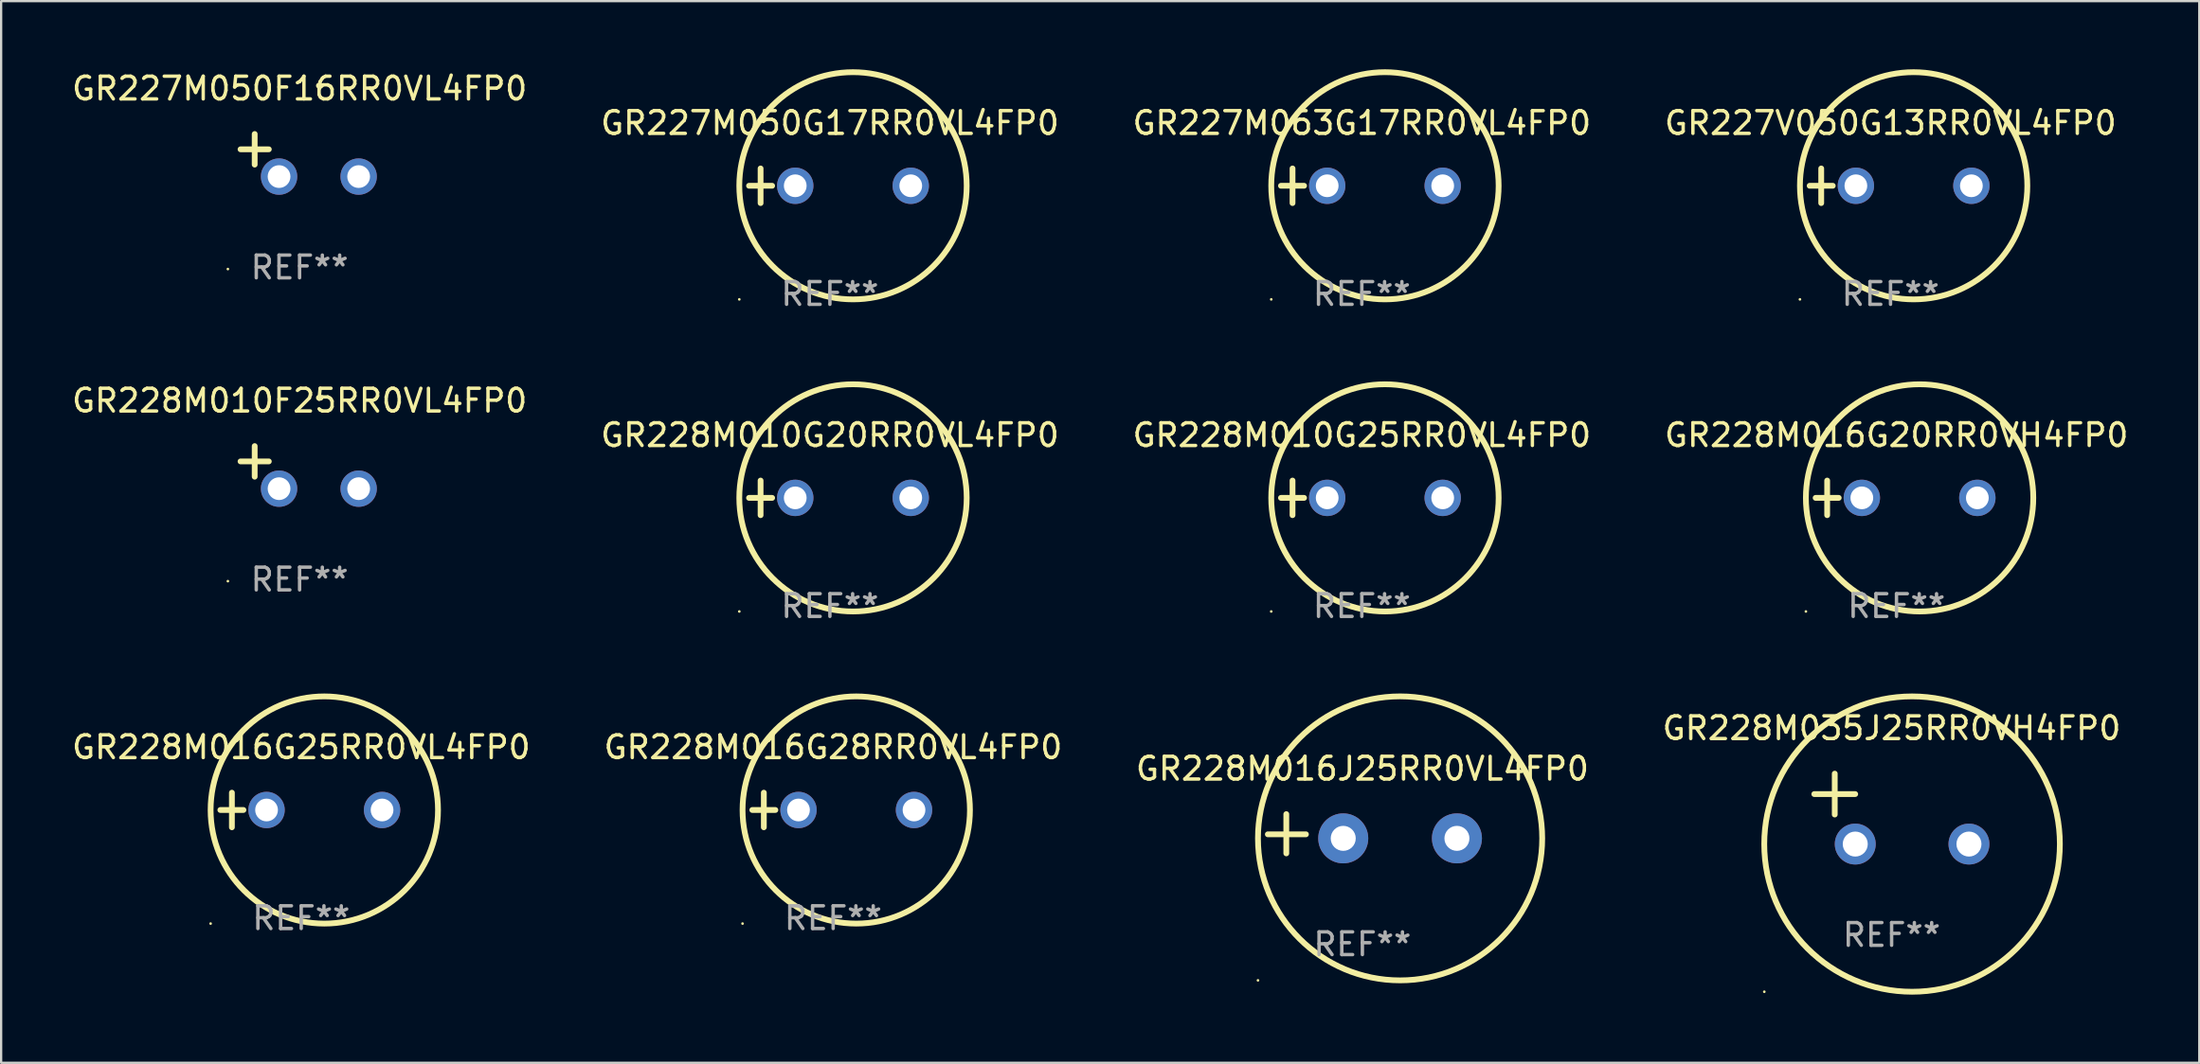
<source format=kicad_pcb>
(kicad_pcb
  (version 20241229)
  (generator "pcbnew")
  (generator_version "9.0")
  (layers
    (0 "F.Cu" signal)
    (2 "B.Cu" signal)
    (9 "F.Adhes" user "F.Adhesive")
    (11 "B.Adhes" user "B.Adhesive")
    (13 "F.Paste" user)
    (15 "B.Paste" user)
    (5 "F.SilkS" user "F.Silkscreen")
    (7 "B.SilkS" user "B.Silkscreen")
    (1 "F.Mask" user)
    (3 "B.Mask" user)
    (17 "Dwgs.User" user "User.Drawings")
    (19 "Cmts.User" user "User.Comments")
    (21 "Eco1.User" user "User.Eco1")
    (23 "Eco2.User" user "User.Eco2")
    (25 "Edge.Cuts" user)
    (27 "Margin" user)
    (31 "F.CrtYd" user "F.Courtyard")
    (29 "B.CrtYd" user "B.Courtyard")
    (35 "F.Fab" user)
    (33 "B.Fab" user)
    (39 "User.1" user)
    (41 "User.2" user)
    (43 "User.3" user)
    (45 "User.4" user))
  (footprint "GR227M050F16RR0VL4FP0"
    (layer "F.Cu")
    (at 10.125 3.785)
    (property "Reference" "GR227M050F16RR0VL4FP0" (at 0 -2.937 0) (layer "F.SilkS") (effects (font (size 1 1) (thickness 0.15))))
    (attr through_hole)
    (fp_line (start -1.975 0.41) (end -1.975 -0.937) (stroke (width 0.254) (type solid)) (layer "F.SilkS"))
    (fp_line (start -1.353 -0.263) (end -2.597 -0.263) (stroke (width 0.254) (type solid)) (layer "F.SilkS"))
    (fp_arc (start 0.849809 -3.063957) (mid 0.885369 -3.064114) (end 0.920929 -3.063957) (stroke (width 0.254001) (type solid)) (layer "F.SilkS"))
    (fp_circle (center -3.154 5.008) (end -3.124 5.008) (stroke (width 0.06) (type solid)) (fill no) (layer "F.SilkS"))
    (fp_text user "REF**" (at 0 4.937 0) (layer "F.Fab") (effects (font (size 1 1) (thickness 0.15))))
    (pad "1" thru_hole circle (at -0.903 0.937) (size 1.6 1.6) (drill 1) (layers "*.Cu" "*.Mask"))
    (pad "2" thru_hole circle (at 2.597 0.937) (size 1.6 1.6) (drill 1) (layers "*.Cu" "*.Mask")))
  (footprint "GR228M010F25RR0VL4FP0"
    (layer "F.Cu")
    (at 10.125 17.522)
    (property "Reference" "GR228M010F25RR0VL4FP0" (at 0 -2.937 0) (layer "F.SilkS") (effects (font (size 1 1) (thickness 0.15))))
    (attr through_hole)
    (fp_line (start -1.975 0.41) (end -1.975 -0.937) (stroke (width 0.254) (type solid)) (layer "F.SilkS"))
    (fp_line (start -1.353 -0.263) (end -2.597 -0.263) (stroke (width 0.254) (type solid)) (layer "F.SilkS"))
    (fp_arc (start 0.849809 -3.063957) (mid 0.885369 -3.064114) (end 0.920929 -3.063957) (stroke (width 0.254001) (type solid)) (layer "F.SilkS"))
    (fp_circle (center -3.154 5.008) (end -3.124 5.008) (stroke (width 0.06) (type solid)) (fill no) (layer "F.SilkS"))
    (fp_text user "REF**" (at 0 4.937 0) (layer "F.Fab") (effects (font (size 1 1) (thickness 0.15))))
    (pad "1" thru_hole circle (at -0.903 0.937) (size 1.6 1.6) (drill 1) (layers "*.Cu" "*.Mask"))
    (pad "2" thru_hole circle (at 2.597 0.937) (size 1.6 1.6) (drill 1) (layers "*.Cu" "*.Mask")))
  (footprint "GR228M016G20RR0VH4FP0"
    (layer "F.Cu")
    (at 80.351 18.864)
    (property "Reference" "GR228M016G20RR0VH4FP0" (at 0 -2.762 0) (layer "F.SilkS") (effects (font (size 1 1) (thickness 0.15))))
    (attr through_hole)
    (fp_line (start -3.556 0) (end -2.54 0) (stroke (width 0.254) (type solid)) (layer "F.SilkS"))
    (fp_line (start -3.048 -0.762) (end -3.048 0.762) (stroke (width 0.254) (type solid)) (layer "F.SilkS"))
    (fp_circle (center -3.984 5) (end -3.954 5) (stroke (width 0.06) (type solid)) (fill no) (layer "F.SilkS"))
    (fp_circle (center 1.016 0) (end 6.016 0) (stroke (width 0.254) (type solid)) (fill no) (layer "F.SilkS"))
    (fp_text user "REF**" (at 0 4.762 0) (layer "F.Fab") (effects (font (size 1 1) (thickness 0.15))))
    (pad "1" thru_hole circle (at -1.524 0) (size 1.6 1.6) (drill 1) (layers "*.Cu" "*.Mask"))
    (pad "2" thru_hole circle (at 3.556 0) (size 1.6 1.6) (drill 1) (layers "*.Cu" "*.Mask")))
  (footprint "GR228M010G20RR0VL4FP0"
    (layer "F.Cu")
    (at 33.446 18.864)
    (property "Reference" "GR228M010G20RR0VL4FP0" (at 0 -2.762 0) (layer "F.SilkS") (effects (font (size 1 1) (thickness 0.15))))
    (attr through_hole)
    (fp_line (start -3.556 0) (end -2.54 0) (stroke (width 0.254) (type solid)) (layer "F.SilkS"))
    (fp_line (start -3.048 -0.762) (end -3.048 0.762) (stroke (width 0.254) (type solid)) (layer "F.SilkS"))
    (fp_circle (center -3.984 5) (end -3.954 5) (stroke (width 0.06) (type solid)) (fill no) (layer "F.SilkS"))
    (fp_circle (center 1.016 0) (end 6.016 0) (stroke (width 0.254) (type solid)) (fill no) (layer "F.SilkS"))
    (fp_text user "REF**" (at 0 4.762 0) (layer "F.Fab") (effects (font (size 1 1) (thickness 0.15))))
    (pad "1" thru_hole circle (at -1.524 0) (size 1.6 1.6) (drill 1) (layers "*.Cu" "*.Mask"))
    (pad "2" thru_hole circle (at 3.556 0) (size 1.6 1.6) (drill 1) (layers "*.Cu" "*.Mask")))
  (footprint "GR228M016G25RR0VL4FP0"
    (layer "F.Cu")
    (at 10.196 32.602)
    (property "Reference" "GR228M016G25RR0VL4FP0" (at 0 -2.762 0) (layer "F.SilkS") (effects (font (size 1 1) (thickness 0.15))))
    (attr through_hole)
    (fp_line (start -3.556 0) (end -2.54 0) (stroke (width 0.254) (type solid)) (layer "F.SilkS"))
    (fp_line (start -3.048 -0.762) (end -3.048 0.762) (stroke (width 0.254) (type solid)) (layer "F.SilkS"))
    (fp_circle (center -3.984 5) (end -3.954 5) (stroke (width 0.06) (type solid)) (fill no) (layer "F.SilkS"))
    (fp_circle (center 1.016 0) (end 6.016 0) (stroke (width 0.254) (type solid)) (fill no) (layer "F.SilkS"))
    (fp_text user "REF**" (at 0 4.762 0) (layer "F.Fab") (effects (font (size 1 1) (thickness 0.15))))
    (pad "1" thru_hole circle (at -1.524 0) (size 1.6 1.6) (drill 1) (layers "*.Cu" "*.Mask"))
    (pad "2" thru_hole circle (at 3.556 0) (size 1.6 1.6) (drill 1) (layers "*.Cu" "*.Mask")))
  (footprint "GR227M063G17RR0VL4FP0"
    (layer "F.Cu")
    (at 56.839 5.127)
    (property "Reference" "GR227M063G17RR0VL4FP0" (at 0 -2.762 0) (layer "F.SilkS") (effects (font (size 1 1) (thickness 0.15))))
    (attr through_hole)
    (fp_line (start -3.556 0) (end -2.54 0) (stroke (width 0.254) (type solid)) (layer "F.SilkS"))
    (fp_line (start -3.048 -0.762) (end -3.048 0.762) (stroke (width 0.254) (type solid)) (layer "F.SilkS"))
    (fp_circle (center -3.984 5) (end -3.954 5) (stroke (width 0.06) (type solid)) (fill no) (layer "F.SilkS"))
    (fp_circle (center 1.016 0) (end 6.016 0) (stroke (width 0.254) (type solid)) (fill no) (layer "F.SilkS"))
    (fp_text user "REF**" (at 0 4.762 0) (layer "F.Fab") (effects (font (size 1 1) (thickness 0.15))))
    (pad "1" thru_hole circle (at -1.524 0) (size 1.6 1.6) (drill 1) (layers "*.Cu" "*.Mask"))
    (pad "2" thru_hole circle (at 3.556 0) (size 1.6 1.6) (drill 1) (layers "*.Cu" "*.Mask")))
  (footprint "GR228M016J25RR0VL4FP0"
    (layer "F.Cu")
    (at 56.863 33.648)
    (property "Reference" "GR228M016J25RR0VL4FP0" (at 0 -2.864 0) (layer "F.SilkS") (effects (font (size 1 1) (thickness 0.15))))
    (attr through_hole)
    (fp_line (start -3.346 0.864) (end -3.346 -0.864) (stroke (width 0.254) (type solid)) (layer "F.SilkS"))
    (fp_line (start -2.482 0.025) (end -4.158 0.025) (stroke (width 0.254) (type solid)) (layer "F.SilkS"))
    (fp_circle (center -4.592 6.453) (end -4.562 6.453) (stroke (width 0.06) (type solid)) (fill no) (layer "F.SilkS"))
    (fp_circle (center 1.658 0.203) (end 7.908 0.203) (stroke (width 0.254) (type solid)) (fill no) (layer "F.SilkS"))
    (fp_text user "REF**" (at 0 4.864 0) (layer "F.Fab") (effects (font (size 1 1) (thickness 0.15))))
    (pad "1" thru_hole circle (at -0.842 0.203) (size 2.2 2.2) (drill 1.1) (layers "*.Cu" "*.Mask"))
    (pad "2" thru_hole circle (at 4.158 0.203) (size 2.2 2.2) (drill 1.1) (layers "*.Cu" "*.Mask")))
  (footprint "GR228M035J25RR0VH4FP0"
    (layer "F.Cu")
    (at 80.137 32.552)
    (property "Reference" "GR228M035J25RR0VH4FP0" (at 0 -3.55 0) (layer "F.SilkS") (effects (font (size 1 1) (thickness 0.15))))
    (attr through_hole)
    (fp_line (start -3.401 -0.65) (end -1.601 -0.65) (stroke (width 0.254) (type solid)) (layer "F.SilkS"))
    (fp_line (start -2.501 -1.55) (end -2.501 0.25) (stroke (width 0.254) (type solid)) (layer "F.SilkS"))
    (fp_circle (center -5.599 8.05) (end -5.569 8.05) (stroke (width 0.06) (type solid)) (fill no) (layer "F.SilkS"))
    (fp_circle (center 0.899 1.55) (end 7.399 1.55) (stroke (width 0.254) (type solid)) (fill no) (layer "F.SilkS"))
    (fp_text user "REF**" (at 0 5.55 0) (layer "F.Fab") (effects (font (size 1 1) (thickness 0.15))))
    (pad "1" thru_hole circle (at -1.599 1.55) (size 1.8 1.8) (drill 1.1) (layers "*.Cu" "*.Mask"))
    (pad "2" thru_hole circle (at 3.401 1.55) (size 1.8 1.8) (drill 1.1) (layers "*.Cu" "*.Mask")))
  (footprint "GR228M016G28RR0VL4FP0"
    (layer "F.Cu")
    (at 33.589 32.602)
    (property "Reference" "GR228M016G28RR0VL4FP0" (at 0 -2.762 0) (layer "F.SilkS") (effects (font (size 1 1) (thickness 0.15))))
    (attr through_hole)
    (fp_line (start -3.556 0) (end -2.54 0) (stroke (width 0.254) (type solid)) (layer "F.SilkS"))
    (fp_line (start -3.048 -0.762) (end -3.048 0.762) (stroke (width 0.254) (type solid)) (layer "F.SilkS"))
    (fp_circle (center -3.984 5) (end -3.954 5) (stroke (width 0.06) (type solid)) (fill no) (layer "F.SilkS"))
    (fp_circle (center 1.016 0) (end 6.016 0) (stroke (width 0.254) (type solid)) (fill no) (layer "F.SilkS"))
    (fp_text user "REF**" (at 0 4.762 0) (layer "F.Fab") (effects (font (size 1 1) (thickness 0.15))))
    (pad "1" thru_hole circle (at -1.524 0) (size 1.6 1.6) (drill 1) (layers "*.Cu" "*.Mask"))
    (pad "2" thru_hole circle (at 3.556 0) (size 1.6 1.6) (drill 1) (layers "*.Cu" "*.Mask")))
  (footprint "GR227V050G13RR0VL4FP0"
    (layer "F.Cu")
    (at 80.089 5.127)
    (property "Reference" "GR227V050G13RR0VL4FP0" (at 0 -2.762 0) (layer "F.SilkS") (effects (font (size 1 1) (thickness 0.15))))
    (attr through_hole)
    (fp_line (start -3.556 0) (end -2.54 0) (stroke (width 0.254) (type solid)) (layer "F.SilkS"))
    (fp_line (start -3.048 -0.762) (end -3.048 0.762) (stroke (width 0.254) (type solid)) (layer "F.SilkS"))
    (fp_circle (center -3.984 5) (end -3.954 5) (stroke (width 0.06) (type solid)) (fill no) (layer "F.SilkS"))
    (fp_circle (center 1.016 0) (end 6.016 0) (stroke (width 0.254) (type solid)) (fill no) (layer "F.SilkS"))
    (fp_text user "REF**" (at 0 4.762 0) (layer "F.Fab") (effects (font (size 1 1) (thickness 0.15))))
    (pad "1" thru_hole circle (at -1.524 0) (size 1.6 1.6) (drill 1) (layers "*.Cu" "*.Mask"))
    (pad "2" thru_hole circle (at 3.556 0) (size 1.6 1.6) (drill 1) (layers "*.Cu" "*.Mask")))
  (footprint "GR228M010G25RR0VL4FP0"
    (layer "F.Cu")
    (at 56.839 18.864)
    (property "Reference" "GR228M010G25RR0VL4FP0" (at 0 -2.762 0) (layer "F.SilkS") (effects (font (size 1 1) (thickness 0.15))))
    (attr through_hole)
    (fp_line (start -3.556 0) (end -2.54 0) (stroke (width 0.254) (type solid)) (layer "F.SilkS"))
    (fp_line (start -3.048 -0.762) (end -3.048 0.762) (stroke (width 0.254) (type solid)) (layer "F.SilkS"))
    (fp_circle (center -3.984 5) (end -3.954 5) (stroke (width 0.06) (type solid)) (fill no) (layer "F.SilkS"))
    (fp_circle (center 1.016 0) (end 6.016 0) (stroke (width 0.254) (type solid)) (fill no) (layer "F.SilkS"))
    (fp_text user "REF**" (at 0 4.762 0) (layer "F.Fab") (effects (font (size 1 1) (thickness 0.15))))
    (pad "1" thru_hole circle (at -1.524 0) (size 1.6 1.6) (drill 1) (layers "*.Cu" "*.Mask"))
    (pad "2" thru_hole circle (at 3.556 0) (size 1.6 1.6) (drill 1) (layers "*.Cu" "*.Mask")))
  (footprint "GR227M050G17RR0VL4FP0"
    (layer "F.Cu")
    (at 33.446 5.127)
    (property "Reference" "GR227M050G17RR0VL4FP0" (at 0 -2.762 0) (layer "F.SilkS") (effects (font (size 1 1) (thickness 0.15))))
    (attr through_hole)
    (fp_line (start -3.556 0) (end -2.54 0) (stroke (width 0.254) (type solid)) (layer "F.SilkS"))
    (fp_line (start -3.048 -0.762) (end -3.048 0.762) (stroke (width 0.254) (type solid)) (layer "F.SilkS"))
    (fp_circle (center -3.984 5) (end -3.954 5) (stroke (width 0.06) (type solid)) (fill no) (layer "F.SilkS"))
    (fp_circle (center 1.016 0) (end 6.016 0) (stroke (width 0.254) (type solid)) (fill no) (layer "F.SilkS"))
    (fp_text user "REF**" (at 0 4.762 0) (layer "F.Fab") (effects (font (size 1 1) (thickness 0.15))))
    (pad "1" thru_hole circle (at -1.524 0) (size 1.6 1.6) (drill 1) (layers "*.Cu" "*.Mask"))
    (pad "2" thru_hole circle (at 3.556 0) (size 1.6 1.6) (drill 1) (layers "*.Cu" "*.Mask")))
  (gr_rect
    (start -3 -3)
    (end 93.667 43.729)
    (stroke (width 0.1) (type default))
    (fill no)
    (layer "Edge.Cuts")))
</source>
